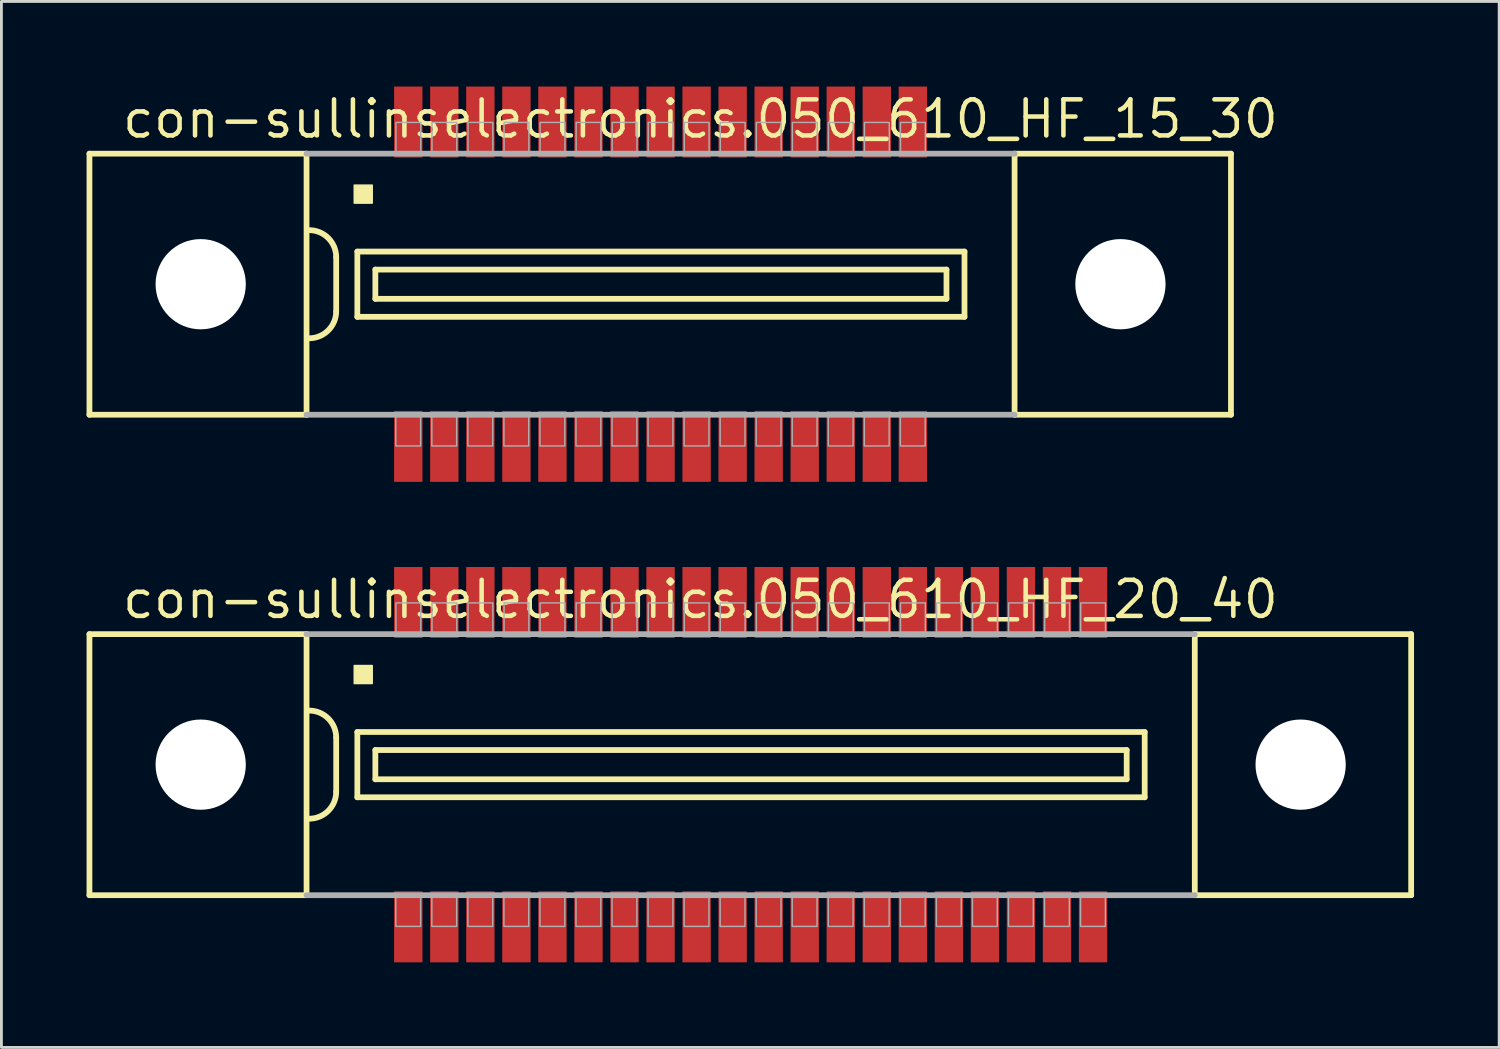
<source format=kicad_pcb>
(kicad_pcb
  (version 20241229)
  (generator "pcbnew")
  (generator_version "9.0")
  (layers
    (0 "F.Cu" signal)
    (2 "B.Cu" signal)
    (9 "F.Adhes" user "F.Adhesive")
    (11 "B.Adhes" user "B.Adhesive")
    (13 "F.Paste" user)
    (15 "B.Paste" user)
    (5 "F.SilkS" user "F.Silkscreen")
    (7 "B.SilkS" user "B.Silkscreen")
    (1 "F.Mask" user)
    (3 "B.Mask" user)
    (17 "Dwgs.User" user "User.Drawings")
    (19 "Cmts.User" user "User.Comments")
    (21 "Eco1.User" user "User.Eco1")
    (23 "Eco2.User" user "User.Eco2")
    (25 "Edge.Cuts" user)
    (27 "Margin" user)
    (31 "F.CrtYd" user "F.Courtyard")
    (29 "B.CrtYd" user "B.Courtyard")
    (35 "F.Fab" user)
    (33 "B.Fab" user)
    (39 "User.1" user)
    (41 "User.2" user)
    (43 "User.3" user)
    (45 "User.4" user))
  (footprint "con-sullinselectronics.050_610_HF_15_30"
    (layer "F.Cu")
    (at 20.227 6.965)
    (property "Reference" "con-sullinselectronics.050_610_HF_15_30" (at -19.05 -5.08 0) (layer "F.SilkS") (effects (font (size 1.27 1.27) (thickness 0.16)) (justify left bottom)))
    (attr smd)
    (fp_line (start -20.125 -4.6) (end -20.125 4.6) (stroke (width 0.203) (type default)) (layer "F.SilkS"))
    (fp_line (start -20.125 4.6) (end -12.475 4.6) (stroke (width 0.203) (type default)) (layer "F.SilkS"))
    (fp_line (start -12.475 -4.6) (end -20.125 -4.6) (stroke (width 0.203) (type default)) (layer "F.SilkS"))
    (fp_line (start -12.475 -4.6) (end -12.475 4.6) (stroke (width 0.203) (type default)) (layer "F.SilkS"))
    (fp_line (start -11.43 -0.953) (end -11.43 0.953) (stroke (width 0.203) (type default)) (layer "F.SilkS"))
    (fp_line (start -10.685 -1.15) (end -10.685 1.15) (stroke (width 0.203) (type default)) (layer "F.SilkS"))
    (fp_line (start -10.685 1.15) (end 10.71 1.15) (stroke (width 0.203) (type default)) (layer "F.SilkS"))
    (fp_line (start -10.05 -0.515) (end -10.05 0.515) (stroke (width 0.203) (type default)) (layer "F.SilkS"))
    (fp_line (start -10.05 0.515) (end 10.075 0.515) (stroke (width 0.203) (type default)) (layer "F.SilkS"))
    (fp_line (start 10.075 -0.515) (end -10.05 -0.515) (stroke (width 0.203) (type default)) (layer "F.SilkS"))
    (fp_line (start 10.075 0.515) (end 10.075 -0.515) (stroke (width 0.203) (type default)) (layer "F.SilkS"))
    (fp_line (start 10.71 -1.15) (end -10.685 -1.15) (stroke (width 0.203) (type default)) (layer "F.SilkS"))
    (fp_line (start 10.71 1.15) (end 10.71 -1.15) (stroke (width 0.203) (type default)) (layer "F.SilkS"))
    (fp_line (start 12.475 4.6) (end 12.475 -4.6) (stroke (width 0.203) (type default)) (layer "F.SilkS"))
    (fp_line (start 12.475 4.6) (end 20.1 4.6) (stroke (width 0.203) (type default)) (layer "F.SilkS"))
    (fp_line (start 20.1 -4.6) (end 12.475 -4.6) (stroke (width 0.203) (type default)) (layer "F.SilkS"))
    (fp_line (start 20.1 4.6) (end 20.1 -4.6) (stroke (width 0.203) (type default)) (layer "F.SilkS"))
    (fp_rect (start -10.795 -2.857) (end -10.16 -3.493) (stroke (width 0.05) (type default)) (fill yes) (layer "F.SilkS"))
    (fp_arc (start -12.3825 -1.905) (mid -11.708981 -1.626019) (end -11.43 -0.9525) (stroke (width 0.2032) (type default)) (layer "F.SilkS"))
    (fp_arc (start -11.43 0.9525) (mid -11.70901 1.62599) (end -12.3825 1.905) (stroke (width 0.2032) (type default)) (layer "F.SilkS"))
    (fp_line (start -12.475 4.6) (end 12.475 4.6) (stroke (width 0.203) (type default)) (layer "F.Fab"))
    (fp_line (start 12.475 -4.6) (end -12.475 -4.6) (stroke (width 0.203) (type default)) (layer "F.Fab"))
    (fp_rect (start -9.33 5.7) (end -8.455 4.65) (stroke (width 0.05) (type default)) (fill no) (layer "F.Fab"))
    (fp_rect (start -9.325 -4.65) (end -8.45 -5.7) (stroke (width 0.05) (type default)) (fill no) (layer "F.Fab"))
    (fp_rect (start -8.06 5.7) (end -7.185 4.65) (stroke (width 0.05) (type default)) (fill no) (layer "F.Fab"))
    (fp_rect (start -8.055 -4.65) (end -7.18 -5.7) (stroke (width 0.05) (type default)) (fill no) (layer "F.Fab"))
    (fp_rect (start -6.79 5.7) (end -5.915 4.65) (stroke (width 0.05) (type default)) (fill no) (layer "F.Fab"))
    (fp_rect (start -6.785 -4.65) (end -5.91 -5.7) (stroke (width 0.05) (type default)) (fill no) (layer "F.Fab"))
    (fp_rect (start -5.52 5.7) (end -4.645 4.65) (stroke (width 0.05) (type default)) (fill no) (layer "F.Fab"))
    (fp_rect (start -5.515 -4.65) (end -4.64 -5.7) (stroke (width 0.05) (type default)) (fill no) (layer "F.Fab"))
    (fp_rect (start -4.25 5.7) (end -3.375 4.65) (stroke (width 0.05) (type default)) (fill no) (layer "F.Fab"))
    (fp_rect (start -4.245 -4.65) (end -3.37 -5.7) (stroke (width 0.05) (type default)) (fill no) (layer "F.Fab"))
    (fp_rect (start -2.98 5.7) (end -2.105 4.65) (stroke (width 0.05) (type default)) (fill no) (layer "F.Fab"))
    (fp_rect (start -2.975 -4.65) (end -2.1 -5.7) (stroke (width 0.05) (type default)) (fill no) (layer "F.Fab"))
    (fp_rect (start -1.71 5.7) (end -0.835 4.65) (stroke (width 0.05) (type default)) (fill no) (layer "F.Fab"))
    (fp_rect (start -1.705 -4.65) (end -0.83 -5.7) (stroke (width 0.05) (type default)) (fill no) (layer "F.Fab"))
    (fp_rect (start -0.44 5.7) (end 0.435 4.65) (stroke (width 0.05) (type default)) (fill no) (layer "F.Fab"))
    (fp_rect (start -0.435 -4.65) (end 0.44 -5.7) (stroke (width 0.05) (type default)) (fill no) (layer "F.Fab"))
    (fp_rect (start 0.83 5.7) (end 1.705 4.65) (stroke (width 0.05) (type default)) (fill no) (layer "F.Fab"))
    (fp_rect (start 0.835 -4.65) (end 1.71 -5.7) (stroke (width 0.05) (type default)) (fill no) (layer "F.Fab"))
    (fp_rect (start 2.1 5.7) (end 2.975 4.65) (stroke (width 0.05) (type default)) (fill no) (layer "F.Fab"))
    (fp_rect (start 2.105 -4.65) (end 2.98 -5.7) (stroke (width 0.05) (type default)) (fill no) (layer "F.Fab"))
    (fp_rect (start 3.37 5.7) (end 4.245 4.65) (stroke (width 0.05) (type default)) (fill no) (layer "F.Fab"))
    (fp_rect (start 3.375 -4.65) (end 4.25 -5.7) (stroke (width 0.05) (type default)) (fill no) (layer "F.Fab"))
    (fp_rect (start 4.64 5.7) (end 5.515 4.65) (stroke (width 0.05) (type default)) (fill no) (layer "F.Fab"))
    (fp_rect (start 4.645 -4.65) (end 5.52 -5.7) (stroke (width 0.05) (type default)) (fill no) (layer "F.Fab"))
    (fp_rect (start 5.91 5.7) (end 6.785 4.65) (stroke (width 0.05) (type default)) (fill no) (layer "F.Fab"))
    (fp_rect (start 5.915 -4.65) (end 6.79 -5.7) (stroke (width 0.05) (type default)) (fill no) (layer "F.Fab"))
    (fp_rect (start 7.18 5.7) (end 8.055 4.65) (stroke (width 0.05) (type default)) (fill no) (layer "F.Fab"))
    (fp_rect (start 7.185 -4.65) (end 8.06 -5.7) (stroke (width 0.05) (type default)) (fill no) (layer "F.Fab"))
    (fp_rect (start 8.45 5.7) (end 9.325 4.65) (stroke (width 0.05) (type default)) (fill no) (layer "F.Fab"))
    (fp_rect (start 8.455 -4.65) (end 9.33 -5.7) (stroke (width 0.05) (type default)) (fill no) (layer "F.Fab"))
    (pad "" np_thru_hole circle (at -16.205 0) (size 3.18 3.18) (drill 3.18) (layers "*.Cu" "*.Mask"))
    (pad "" np_thru_hole circle (at 16.205 0) (size 3.18 3.18) (drill 3.18) (layers "*.Cu" "*.Mask"))
    (pad "1" smd roundrect (at -8.89 -5.715) (size 1 2.5) (layers "F.Cu" "F.Mask" "F.Paste") (roundrect_rratio 0.01))
    (pad "2" smd roundrect (at -7.62 -5.715) (size 1 2.5) (layers "F.Cu" "F.Mask" "F.Paste") (roundrect_rratio 0.01))
    (pad "3" smd roundrect (at -6.35 -5.715) (size 1 2.5) (layers "F.Cu" "F.Mask" "F.Paste") (roundrect_rratio 0.01))
    (pad "4" smd roundrect (at -5.08 -5.715) (size 1 2.5) (layers "F.Cu" "F.Mask" "F.Paste") (roundrect_rratio 0.01))
    (pad "5" smd roundrect (at -3.81 -5.715) (size 1 2.5) (layers "F.Cu" "F.Mask" "F.Paste") (roundrect_rratio 0.01))
    (pad "6" smd roundrect (at -2.54 -5.715) (size 1 2.5) (layers "F.Cu" "F.Mask" "F.Paste") (roundrect_rratio 0.01))
    (pad "7" smd roundrect (at -1.27 -5.715) (size 1 2.5) (layers "F.Cu" "F.Mask" "F.Paste") (roundrect_rratio 0.01))
    (pad "8" smd roundrect (at 0 -5.715) (size 1 2.5) (layers "F.Cu" "F.Mask" "F.Paste") (roundrect_rratio 0.01))
    (pad "9" smd roundrect (at 1.27 -5.715) (size 1 2.5) (layers "F.Cu" "F.Mask" "F.Paste") (roundrect_rratio 0.01))
    (pad "10" smd roundrect (at 2.54 -5.715) (size 1 2.5) (layers "F.Cu" "F.Mask" "F.Paste") (roundrect_rratio 0.01))
    (pad "11" smd roundrect (at 3.81 -5.715 180) (size 1 2.5) (layers "F.Cu" "F.Mask" "F.Paste") (roundrect_rratio 0.01))
    (pad "12" smd roundrect (at 5.08 -5.715 180) (size 1 2.5) (layers "F.Cu" "F.Mask" "F.Paste") (roundrect_rratio 0.01))
    (pad "13" smd roundrect (at 6.35 -5.715 180) (size 1 2.5) (layers "F.Cu" "F.Mask" "F.Paste") (roundrect_rratio 0.01))
    (pad "14" smd roundrect (at 7.62 -5.715 180) (size 1 2.5) (layers "F.Cu" "F.Mask" "F.Paste") (roundrect_rratio 0.01))
    (pad "15" smd roundrect (at 8.89 -5.715 180) (size 1 2.5) (layers "F.Cu" "F.Mask" "F.Paste") (roundrect_rratio 0.01))
    (pad "16" smd roundrect (at -8.89 5.715) (size 1 2.5) (layers "F.Cu" "F.Mask" "F.Paste") (roundrect_rratio 0.01))
    (pad "17" smd roundrect (at -7.62 5.715) (size 1 2.5) (layers "F.Cu" "F.Mask" "F.Paste") (roundrect_rratio 0.01))
    (pad "18" smd roundrect (at -6.35 5.715) (size 1 2.5) (layers "F.Cu" "F.Mask" "F.Paste") (roundrect_rratio 0.01))
    (pad "19" smd roundrect (at -5.08 5.715) (size 1 2.5) (layers "F.Cu" "F.Mask" "F.Paste") (roundrect_rratio 0.01))
    (pad "20" smd roundrect (at -3.81 5.715) (size 1 2.5) (layers "F.Cu" "F.Mask" "F.Paste") (roundrect_rratio 0.01))
    (pad "21" smd roundrect (at -2.54 5.715) (size 1 2.5) (layers "F.Cu" "F.Mask" "F.Paste") (roundrect_rratio 0.01))
    (pad "22" smd roundrect (at -1.27 5.715) (size 1 2.5) (layers "F.Cu" "F.Mask" "F.Paste") (roundrect_rratio 0.01))
    (pad "23" smd roundrect (at 0 5.715) (size 1 2.5) (layers "F.Cu" "F.Mask" "F.Paste") (roundrect_rratio 0.01))
    (pad "24" smd roundrect (at 1.27 5.715) (size 1 2.5) (layers "F.Cu" "F.Mask" "F.Paste") (roundrect_rratio 0.01))
    (pad "25" smd roundrect (at 2.54 5.715) (size 1 2.5) (layers "F.Cu" "F.Mask" "F.Paste") (roundrect_rratio 0.01))
    (pad "26" smd roundrect (at 3.81 5.715) (size 1 2.5) (layers "F.Cu" "F.Mask" "F.Paste") (roundrect_rratio 0.01))
    (pad "27" smd roundrect (at 5.08 5.715) (size 1 2.5) (layers "F.Cu" "F.Mask" "F.Paste") (roundrect_rratio 0.01))
    (pad "28" smd roundrect (at 6.35 5.715) (size 1 2.5) (layers "F.Cu" "F.Mask" "F.Paste") (roundrect_rratio 0.01))
    (pad "29" smd roundrect (at 7.62 5.715) (size 1 2.5) (layers "F.Cu" "F.Mask" "F.Paste") (roundrect_rratio 0.01))
    (pad "30" smd roundrect (at 8.89 5.715) (size 1 2.5) (layers "F.Cu" "F.Mask" "F.Paste") (roundrect_rratio 0.01)))
  (footprint "con-sullinselectronics.050_610_HF_20_40"
    (layer "F.Cu")
    (at 23.402 23.895)
    (property "Reference" "con-sullinselectronics.050_610_HF_20_40" (at -22.225 -5.08 0) (layer "F.SilkS") (effects (font (size 1.27 1.27) (thickness 0.16)) (justify left bottom)))
    (attr smd)
    (fp_line (start -23.3 -4.6) (end -23.3 4.6) (stroke (width 0.203) (type default)) (layer "F.SilkS"))
    (fp_line (start -23.3 4.6) (end -15.65 4.6) (stroke (width 0.203) (type default)) (layer "F.SilkS"))
    (fp_line (start -15.65 -4.6) (end -23.3 -4.6) (stroke (width 0.203) (type default)) (layer "F.SilkS"))
    (fp_line (start -15.65 -4.6) (end -15.65 4.6) (stroke (width 0.203) (type default)) (layer "F.SilkS"))
    (fp_line (start -14.605 -0.953) (end -14.605 0.953) (stroke (width 0.203) (type default)) (layer "F.SilkS"))
    (fp_line (start -13.86 -1.15) (end -13.86 1.15) (stroke (width 0.203) (type default)) (layer "F.SilkS"))
    (fp_line (start -13.86 1.15) (end 13.885 1.15) (stroke (width 0.203) (type default)) (layer "F.SilkS"))
    (fp_line (start -13.225 -0.515) (end -13.225 0.515) (stroke (width 0.203) (type default)) (layer "F.SilkS"))
    (fp_line (start -13.225 0.515) (end 13.25 0.515) (stroke (width 0.203) (type default)) (layer "F.SilkS"))
    (fp_line (start 13.25 -0.515) (end -13.225 -0.515) (stroke (width 0.203) (type default)) (layer "F.SilkS"))
    (fp_line (start 13.25 0.515) (end 13.25 -0.515) (stroke (width 0.203) (type default)) (layer "F.SilkS"))
    (fp_line (start 13.885 -1.15) (end -13.86 -1.15) (stroke (width 0.203) (type default)) (layer "F.SilkS"))
    (fp_line (start 13.885 1.15) (end 13.885 -1.15) (stroke (width 0.203) (type default)) (layer "F.SilkS"))
    (fp_line (start 15.65 4.6) (end 15.65 -4.6) (stroke (width 0.203) (type default)) (layer "F.SilkS"))
    (fp_line (start 15.65 4.6) (end 23.275 4.6) (stroke (width 0.203) (type default)) (layer "F.SilkS"))
    (fp_line (start 23.275 -4.6) (end 15.65 -4.6) (stroke (width 0.203) (type default)) (layer "F.SilkS"))
    (fp_line (start 23.275 4.6) (end 23.275 -4.6) (stroke (width 0.203) (type default)) (layer "F.SilkS"))
    (fp_rect (start -13.97 -2.857) (end -13.335 -3.493) (stroke (width 0.05) (type default)) (fill yes) (layer "F.SilkS"))
    (fp_arc (start -15.5575 -1.905) (mid -14.883981 -1.626019) (end -14.605 -0.9525) (stroke (width 0.2032) (type default)) (layer "F.SilkS"))
    (fp_arc (start -14.605 0.9525) (mid -14.88401 1.62599) (end -15.5575 1.905) (stroke (width 0.2032) (type default)) (layer "F.SilkS"))
    (fp_line (start -15.65 4.6) (end 15.65 4.6) (stroke (width 0.203) (type default)) (layer "F.Fab"))
    (fp_line (start 15.65 -4.6) (end -15.65 -4.6) (stroke (width 0.203) (type default)) (layer "F.Fab"))
    (fp_rect (start -12.505 5.7) (end -11.63 4.65) (stroke (width 0.05) (type default)) (fill no) (layer "F.Fab"))
    (fp_rect (start -12.5 -4.65) (end -11.625 -5.7) (stroke (width 0.05) (type default)) (fill no) (layer "F.Fab"))
    (fp_rect (start -11.235 5.7) (end -10.36 4.65) (stroke (width 0.05) (type default)) (fill no) (layer "F.Fab"))
    (fp_rect (start -11.23 -4.65) (end -10.355 -5.7) (stroke (width 0.05) (type default)) (fill no) (layer "F.Fab"))
    (fp_rect (start -9.965 5.7) (end -9.09 4.65) (stroke (width 0.05) (type default)) (fill no) (layer "F.Fab"))
    (fp_rect (start -9.96 -4.65) (end -9.085 -5.7) (stroke (width 0.05) (type default)) (fill no) (layer "F.Fab"))
    (fp_rect (start -8.695 5.7) (end -7.82 4.65) (stroke (width 0.05) (type default)) (fill no) (layer "F.Fab"))
    (fp_rect (start -8.69 -4.65) (end -7.815 -5.7) (stroke (width 0.05) (type default)) (fill no) (layer "F.Fab"))
    (fp_rect (start -7.425 5.7) (end -6.55 4.65) (stroke (width 0.05) (type default)) (fill no) (layer "F.Fab"))
    (fp_rect (start -7.42 -4.65) (end -6.545 -5.7) (stroke (width 0.05) (type default)) (fill no) (layer "F.Fab"))
    (fp_rect (start -6.155 5.7) (end -5.28 4.65) (stroke (width 0.05) (type default)) (fill no) (layer "F.Fab"))
    (fp_rect (start -6.15 -4.65) (end -5.275 -5.7) (stroke (width 0.05) (type default)) (fill no) (layer "F.Fab"))
    (fp_rect (start -4.885 5.7) (end -4.01 4.65) (stroke (width 0.05) (type default)) (fill no) (layer "F.Fab"))
    (fp_rect (start -4.88 -4.65) (end -4.005 -5.7) (stroke (width 0.05) (type default)) (fill no) (layer "F.Fab"))
    (fp_rect (start -3.615 5.7) (end -2.74 4.65) (stroke (width 0.05) (type default)) (fill no) (layer "F.Fab"))
    (fp_rect (start -3.61 -4.65) (end -2.735 -5.7) (stroke (width 0.05) (type default)) (fill no) (layer "F.Fab"))
    (fp_rect (start -2.345 5.7) (end -1.47 4.65) (stroke (width 0.05) (type default)) (fill no) (layer "F.Fab"))
    (fp_rect (start -2.34 -4.65) (end -1.465 -5.7) (stroke (width 0.05) (type default)) (fill no) (layer "F.Fab"))
    (fp_rect (start -1.075 5.7) (end -0.2 4.65) (stroke (width 0.05) (type default)) (fill no) (layer "F.Fab"))
    (fp_rect (start -1.07 -4.65) (end -0.195 -5.7) (stroke (width 0.05) (type default)) (fill no) (layer "F.Fab"))
    (fp_rect (start 0.195 5.7) (end 1.07 4.65) (stroke (width 0.05) (type default)) (fill no) (layer "F.Fab"))
    (fp_rect (start 0.2 -4.65) (end 1.075 -5.7) (stroke (width 0.05) (type default)) (fill no) (layer "F.Fab"))
    (fp_rect (start 1.465 5.7) (end 2.34 4.65) (stroke (width 0.05) (type default)) (fill no) (layer "F.Fab"))
    (fp_rect (start 1.47 -4.65) (end 2.345 -5.7) (stroke (width 0.05) (type default)) (fill no) (layer "F.Fab"))
    (fp_rect (start 2.735 5.7) (end 3.61 4.65) (stroke (width 0.05) (type default)) (fill no) (layer "F.Fab"))
    (fp_rect (start 2.74 -4.65) (end 3.615 -5.7) (stroke (width 0.05) (type default)) (fill no) (layer "F.Fab"))
    (fp_rect (start 4.005 5.7) (end 4.88 4.65) (stroke (width 0.05) (type default)) (fill no) (layer "F.Fab"))
    (fp_rect (start 4.01 -4.65) (end 4.885 -5.7) (stroke (width 0.05) (type default)) (fill no) (layer "F.Fab"))
    (fp_rect (start 5.275 5.7) (end 6.15 4.65) (stroke (width 0.05) (type default)) (fill no) (layer "F.Fab"))
    (fp_rect (start 5.28 -4.65) (end 6.155 -5.7) (stroke (width 0.05) (type default)) (fill no) (layer "F.Fab"))
    (fp_rect (start 6.545 5.7) (end 7.42 4.65) (stroke (width 0.05) (type default)) (fill no) (layer "F.Fab"))
    (fp_rect (start 6.55 -4.65) (end 7.425 -5.7) (stroke (width 0.05) (type default)) (fill no) (layer "F.Fab"))
    (fp_rect (start 7.815 5.7) (end 8.69 4.65) (stroke (width 0.05) (type default)) (fill no) (layer "F.Fab"))
    (fp_rect (start 7.82 -4.65) (end 8.695 -5.7) (stroke (width 0.05) (type default)) (fill no) (layer "F.Fab"))
    (fp_rect (start 9.085 5.7) (end 9.96 4.65) (stroke (width 0.05) (type default)) (fill no) (layer "F.Fab"))
    (fp_rect (start 9.09 -4.65) (end 9.965 -5.7) (stroke (width 0.05) (type default)) (fill no) (layer "F.Fab"))
    (fp_rect (start 10.355 5.7) (end 11.23 4.65) (stroke (width 0.05) (type default)) (fill no) (layer "F.Fab"))
    (fp_rect (start 10.36 -4.65) (end 11.235 -5.7) (stroke (width 0.05) (type default)) (fill no) (layer "F.Fab"))
    (fp_rect (start 11.625 5.7) (end 12.5 4.65) (stroke (width 0.05) (type default)) (fill no) (layer "F.Fab"))
    (fp_rect (start 11.63 -4.65) (end 12.505 -5.7) (stroke (width 0.05) (type default)) (fill no) (layer "F.Fab"))
    (pad "" np_thru_hole circle (at -19.38 0) (size 3.18 3.18) (drill 3.18) (layers "*.Cu" "*.Mask"))
    (pad "" np_thru_hole circle (at 19.38 0) (size 3.18 3.18) (drill 3.18) (layers "*.Cu" "*.Mask"))
    (pad "1" smd roundrect (at -12.065 -5.715) (size 1 2.5) (layers "F.Cu" "F.Mask" "F.Paste") (roundrect_rratio 0.01))
    (pad "2" smd roundrect (at -10.795 -5.715) (size 1 2.5) (layers "F.Cu" "F.Mask" "F.Paste") (roundrect_rratio 0.01))
    (pad "3" smd roundrect (at -9.525 -5.715) (size 1 2.5) (layers "F.Cu" "F.Mask" "F.Paste") (roundrect_rratio 0.01))
    (pad "4" smd roundrect (at -8.255 -5.715) (size 1 2.5) (layers "F.Cu" "F.Mask" "F.Paste") (roundrect_rratio 0.01))
    (pad "5" smd roundrect (at -6.985 -5.715) (size 1 2.5) (layers "F.Cu" "F.Mask" "F.Paste") (roundrect_rratio 0.01))
    (pad "6" smd roundrect (at -5.715 -5.715) (size 1 2.5) (layers "F.Cu" "F.Mask" "F.Paste") (roundrect_rratio 0.01))
    (pad "7" smd roundrect (at -4.445 -5.715) (size 1 2.5) (layers "F.Cu" "F.Mask" "F.Paste") (roundrect_rratio 0.01))
    (pad "8" smd roundrect (at -3.175 -5.715) (size 1 2.5) (layers "F.Cu" "F.Mask" "F.Paste") (roundrect_rratio 0.01))
    (pad "9" smd roundrect (at -1.905 -5.715) (size 1 2.5) (layers "F.Cu" "F.Mask" "F.Paste") (roundrect_rratio 0.01))
    (pad "10" smd roundrect (at -0.635 -5.715) (size 1 2.5) (layers "F.Cu" "F.Mask" "F.Paste") (roundrect_rratio 0.01))
    (pad "11" smd roundrect (at 0.635 -5.715 180) (size 1 2.5) (layers "F.Cu" "F.Mask" "F.Paste") (roundrect_rratio 0.01))
    (pad "12" smd roundrect (at 1.905 -5.715 180) (size 1 2.5) (layers "F.Cu" "F.Mask" "F.Paste") (roundrect_rratio 0.01))
    (pad "13" smd roundrect (at 3.175 -5.715 180) (size 1 2.5) (layers "F.Cu" "F.Mask" "F.Paste") (roundrect_rratio 0.01))
    (pad "14" smd roundrect (at 4.445 -5.715 180) (size 1 2.5) (layers "F.Cu" "F.Mask" "F.Paste") (roundrect_rratio 0.01))
    (pad "15" smd roundrect (at 5.715 -5.715 180) (size 1 2.5) (layers "F.Cu" "F.Mask" "F.Paste") (roundrect_rratio 0.01))
    (pad "16" smd roundrect (at 6.985 -5.715 180) (size 1 2.5) (layers "F.Cu" "F.Mask" "F.Paste") (roundrect_rratio 0.01))
    (pad "17" smd roundrect (at 8.255 -5.715 180) (size 1 2.5) (layers "F.Cu" "F.Mask" "F.Paste") (roundrect_rratio 0.01))
    (pad "18" smd roundrect (at 9.525 -5.715 180) (size 1 2.5) (layers "F.Cu" "F.Mask" "F.Paste") (roundrect_rratio 0.01))
    (pad "19" smd roundrect (at 10.795 -5.715 180) (size 1 2.5) (layers "F.Cu" "F.Mask" "F.Paste") (roundrect_rratio 0.01))
    (pad "20" smd roundrect (at 12.065 -5.715 180) (size 1 2.5) (layers "F.Cu" "F.Mask" "F.Paste") (roundrect_rratio 0.01))
    (pad "21" smd roundrect (at -12.065 5.715) (size 1 2.5) (layers "F.Cu" "F.Mask" "F.Paste") (roundrect_rratio 0.01))
    (pad "22" smd roundrect (at -10.795 5.715) (size 1 2.5) (layers "F.Cu" "F.Mask" "F.Paste") (roundrect_rratio 0.01))
    (pad "23" smd roundrect (at -9.525 5.715) (size 1 2.5) (layers "F.Cu" "F.Mask" "F.Paste") (roundrect_rratio 0.01))
    (pad "24" smd roundrect (at -8.255 5.715) (size 1 2.5) (layers "F.Cu" "F.Mask" "F.Paste") (roundrect_rratio 0.01))
    (pad "25" smd roundrect (at -6.985 5.715) (size 1 2.5) (layers "F.Cu" "F.Mask" "F.Paste") (roundrect_rratio 0.01))
    (pad "26" smd roundrect (at -5.715 5.715) (size 1 2.5) (layers "F.Cu" "F.Mask" "F.Paste") (roundrect_rratio 0.01))
    (pad "27" smd roundrect (at -4.445 5.715) (size 1 2.5) (layers "F.Cu" "F.Mask" "F.Paste") (roundrect_rratio 0.01))
    (pad "28" smd roundrect (at -3.175 5.715) (size 1 2.5) (layers "F.Cu" "F.Mask" "F.Paste") (roundrect_rratio 0.01))
    (pad "29" smd roundrect (at -1.905 5.715) (size 1 2.5) (layers "F.Cu" "F.Mask" "F.Paste") (roundrect_rratio 0.01))
    (pad "30" smd roundrect (at -0.635 5.715) (size 1 2.5) (layers "F.Cu" "F.Mask" "F.Paste") (roundrect_rratio 0.01))
    (pad "31" smd roundrect (at 0.635 5.715) (size 1 2.5) (layers "F.Cu" "F.Mask" "F.Paste") (roundrect_rratio 0.01))
    (pad "32" smd roundrect (at 1.905 5.715) (size 1 2.5) (layers "F.Cu" "F.Mask" "F.Paste") (roundrect_rratio 0.01))
    (pad "33" smd roundrect (at 3.175 5.715) (size 1 2.5) (layers "F.Cu" "F.Mask" "F.Paste") (roundrect_rratio 0.01))
    (pad "34" smd roundrect (at 4.445 5.715) (size 1 2.5) (layers "F.Cu" "F.Mask" "F.Paste") (roundrect_rratio 0.01))
    (pad "35" smd roundrect (at 5.715 5.715) (size 1 2.5) (layers "F.Cu" "F.Mask" "F.Paste") (roundrect_rratio 0.01))
    (pad "36" smd roundrect (at 6.985 5.715) (size 1 2.5) (layers "F.Cu" "F.Mask" "F.Paste") (roundrect_rratio 0.01))
    (pad "37" smd roundrect (at 8.255 5.715) (size 1 2.5) (layers "F.Cu" "F.Mask" "F.Paste") (roundrect_rratio 0.01))
    (pad "38" smd roundrect (at 9.525 5.715) (size 1 2.5) (layers "F.Cu" "F.Mask" "F.Paste") (roundrect_rratio 0.01))
    (pad "39" smd roundrect (at 10.795 5.715) (size 1 2.5) (layers "F.Cu" "F.Mask" "F.Paste") (roundrect_rratio 0.01))
    (pad "40" smd roundrect (at 12.065 5.715) (size 1 2.5) (layers "F.Cu" "F.Mask" "F.Paste") (roundrect_rratio 0.01)))
  (gr_rect
    (start -3 -3)
    (end 49.778 33.86)
    (stroke (width 0.1) (type default))
    (fill no)
    (layer "Edge.Cuts")))
</source>
